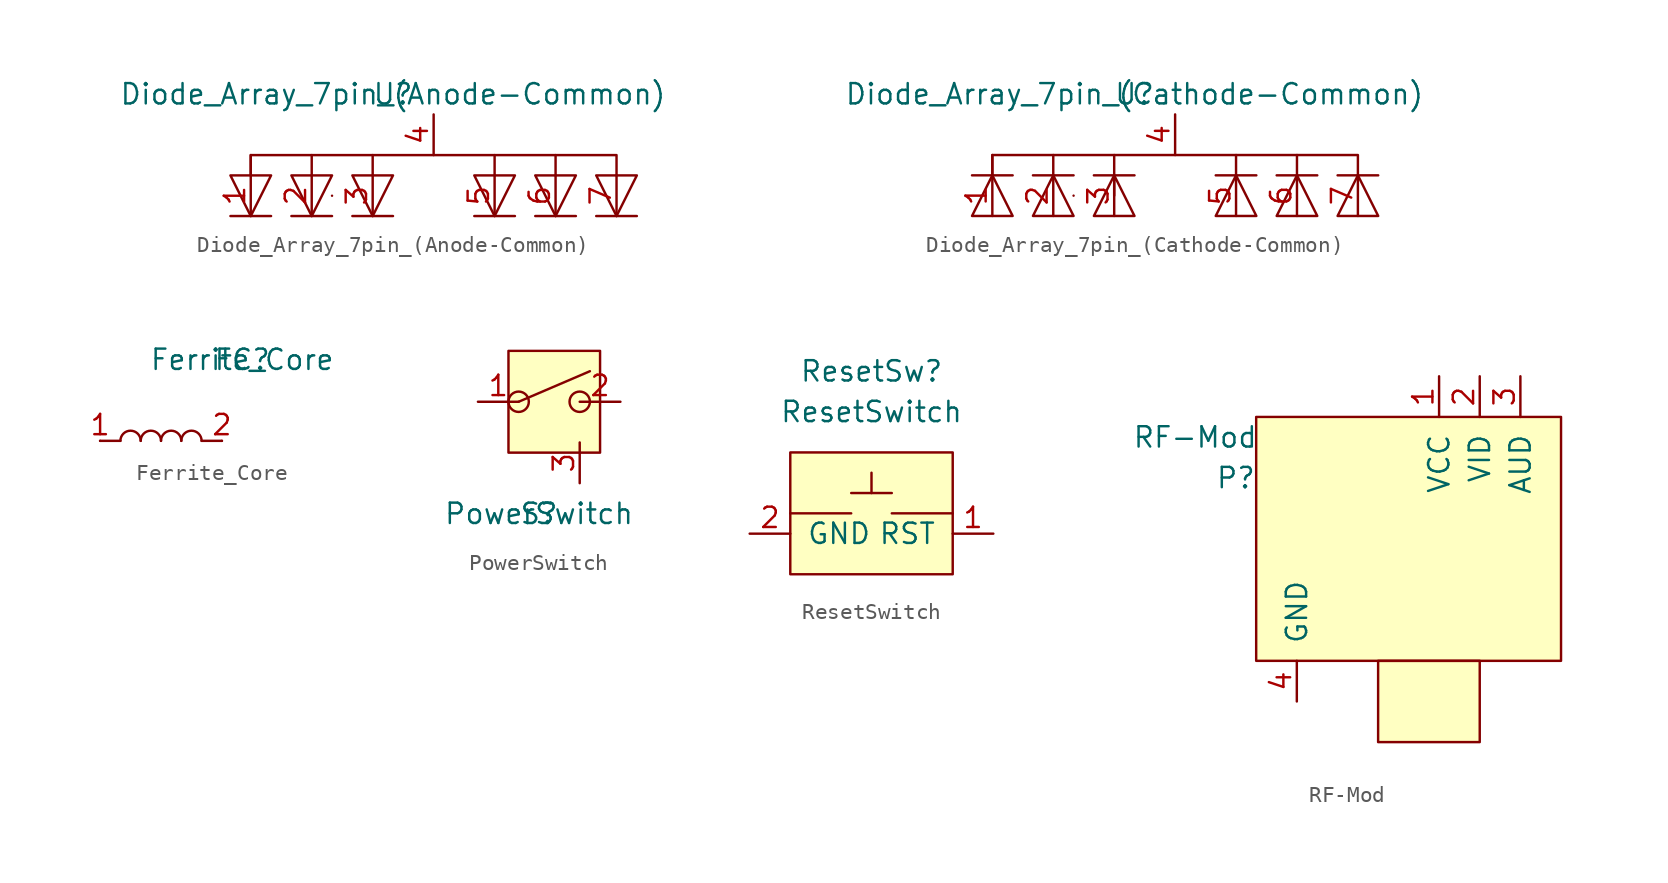
<source format=kicad_sym>
(kicad_symbol_lib
  (version 20241209)
  (generator "kicad_symbol_editor")
  (generator_version "9.0")
  (symbol "Diode_Array_7pin_(Anode-Common)"
    (pin_names
      (offset 1.016))
    (property "Reference" "U"
      (at 0 0 0)
      (effects (font (size 1.27 1.27))))
    (property "Value" "Diode_Array_7pin_(Anode-Common)"
      (at 0 0 0)
      (effects (font (size 1.27 1.27))))
    (symbol "Diode_Array_7pin_(Anode-Common)_0_1"
      (polyline (pts (xy -8.89 -5.08) (xy -8.89 -3.81)) (stroke (width 0) (type solid)) (fill (type none)))
      (polyline (pts (xy -8.89 -5.08) (xy -8.89 -3.81) (xy 13.97 -3.81) (xy 13.97 -5.08)) (stroke (width 0) (type solid)) (fill (type none)))
      (polyline (pts (xy -8.89 -7.62) (xy -7.62 -7.62) (xy -10.16 -7.62)) (stroke (width 0) (type solid)) (fill (type none)))
      (polyline (pts (xy -8.89 -7.62) (xy -7.62 -5.08) (xy -10.16 -5.08) (xy -8.89 -7.62)) (stroke (width 0) (type solid)) (fill (type none)))
      (polyline (pts (xy -5.08 -5.08) (xy -5.08 -3.81)) (stroke (width 0) (type solid)) (fill (type none)))
      (polyline (pts (xy -5.08 -7.62) (xy -6.35 -7.62) (xy -3.81 -7.62)) (stroke (width 0) (type solid)) (fill (type none)))
      (polyline (pts (xy -5.08 -7.62) (xy -3.81 -5.08) (xy -6.35 -5.08) (xy -5.08 -7.62)) (stroke (width 0) (type solid)) (fill (type none)))
      (polyline (pts (xy -3.81 -6.35) (xy -3.81 -6.35)) (stroke (width 0) (type solid)) (fill (type none)))
      (polyline (pts (xy -1.27 -5.08) (xy -1.27 -3.81)) (stroke (width 0) (type solid)) (fill (type none)))
      (polyline (pts (xy -1.27 -5.08) (xy -2.54 -5.08) (xy -1.27 -7.62) (xy 0 -5.08) (xy -1.27 -5.08)) (stroke (width 0) (type solid)) (fill (type none)))
      (polyline (pts (xy -1.27 -7.62) (xy -2.54 -7.62) (xy 0 -7.62)) (stroke (width 0) (type solid)) (fill (type none)))
      (polyline (pts (xy 6.35 -5.08) (xy 6.35 -3.81)) (stroke (width 0) (type solid)) (fill (type none)))
      (polyline (pts (xy 6.35 -5.08) (xy 5.08 -5.08) (xy 6.35 -7.62) (xy 7.62 -5.08) (xy 6.35 -5.08)) (stroke (width 0) (type solid)) (fill (type none)))
      (polyline (pts (xy 6.35 -7.62) (xy 5.08 -7.62) (xy 7.62 -7.62)) (stroke (width 0) (type solid)) (fill (type none)))
      (polyline (pts (xy 10.16 -5.08) (xy 10.16 -3.81)) (stroke (width 0) (type solid)) (fill (type none)))
      (polyline (pts (xy 10.16 -5.08) (xy 8.89 -5.08) (xy 10.16 -7.62) (xy 11.43 -5.08) (xy 10.16 -5.08)) (stroke (width 0) (type solid)) (fill (type none)))
      (polyline (pts (xy 10.16 -7.62) (xy 8.89 -7.62) (xy 11.43 -7.62)) (stroke (width 0) (type solid)) (fill (type none)))
      (polyline (pts (xy 13.97 -5.08) (xy 12.7 -5.08) (xy 13.97 -7.62) (xy 15.24 -5.08) (xy 13.97 -5.08)) (stroke (width 0) (type solid)) (fill (type none)))
      (polyline (pts (xy 13.97 -7.62) (xy 12.7 -7.62) (xy 15.24 -7.62)) (stroke (width 0) (type solid)) (fill (type none))))
    (symbol "Diode_Array_7pin_(Anode-Common)_1_1"
      (pin output line (at -8.89 -5.08 270) (length 2.54) (name "~" (effects (font (size 1.27 1.27)))) (number "1" (effects (font (size 1.27 1.27)))))
      (pin output line (at -5.08 -5.08 270) (length 2.54) (name "~" (effects (font (size 1.27 1.27)))) (number "2" (effects (font (size 1.27 1.27)))))
      (pin output line (at -1.27 -5.08 270) (length 2.54) (name "~" (effects (font (size 1.27 1.27)))) (number "3" (effects (font (size 1.27 1.27)))))
      (pin input line (at 2.54 -3.81 90) (length 2.54) (name "~" (effects (font (size 1.27 1.27)))) (number "4" (effects (font (size 1.27 1.27)))))
      (pin output line (at 6.35 -5.08 270) (length 2.54) (name "~" (effects (font (size 1.27 1.27)))) (number "5" (effects (font (size 1.27 1.27)))))
      (pin output line (at 10.16 -5.08 270) (length 2.54) (name "~" (effects (font (size 1.27 1.27)))) (number "6" (effects (font (size 1.27 1.27)))))
      (pin output line (at 13.97 -5.08 270) (length 2.54) (name "~" (effects (font (size 1.27 1.27)))) (number "7" (effects (font (size 1.27 1.27)))))))
  (symbol "Diode_Array_7pin_(Cathode-Common)"
    (pin_names
      (offset 1.016))
    (property "Reference" "U"
      (at 0 0 0)
      (effects (font (size 1.27 1.27))))
    (property "Value" "Diode_Array_7pin_(Cathode-Common)"
      (at 0 0 0)
      (effects (font (size 1.27 1.27))))
    (symbol "Diode_Array_7pin_(Cathode-Common)_0_1"
      (polyline (pts (xy -8.89 -5.08) (xy -8.89 -3.81)) (stroke (width 0) (type solid)) (fill (type none)))
      (polyline (pts (xy -8.89 -5.08) (xy -10.16 -5.08) (xy -7.62 -5.08)) (stroke (width 0) (type solid)) (fill (type none)))
      (polyline (pts (xy -8.89 -5.08) (xy -8.89 -3.81) (xy 13.97 -3.81) (xy 13.97 -5.08)) (stroke (width 0) (type solid)) (fill (type none)))
      (polyline (pts (xy -8.89 -5.08) (xy -7.62 -7.62) (xy -10.16 -7.62) (xy -8.89 -5.08)) (stroke (width 0) (type solid)) (fill (type none)))
      (polyline (pts (xy -5.08 -5.08) (xy -5.08 -3.81)) (stroke (width 0) (type solid)) (fill (type none)))
      (polyline (pts (xy -5.08 -5.08) (xy -6.35 -5.08) (xy -3.81 -5.08)) (stroke (width 0) (type solid)) (fill (type none)))
      (polyline (pts (xy -5.08 -5.08) (xy -6.35 -7.62) (xy -3.81 -7.62) (xy -5.08 -5.08)) (stroke (width 0) (type solid)) (fill (type none)))
      (polyline (pts (xy -3.81 -6.35) (xy -3.81 -6.35)) (stroke (width 0) (type solid)) (fill (type none)))
      (polyline (pts (xy -1.27 -5.08) (xy -1.27 -3.81)) (stroke (width 0) (type solid)) (fill (type none)))
      (polyline (pts (xy -1.27 -5.08) (xy -2.54 -5.08) (xy 0 -5.08)) (stroke (width 0) (type solid)) (fill (type none)))
      (polyline (pts (xy -1.27 -5.08) (xy 0 -7.62) (xy -2.54 -7.62) (xy -1.27 -5.08) (xy -1.27 -6.35)) (stroke (width 0) (type solid)) (fill (type none)))
      (polyline (pts (xy 6.35 -5.08) (xy 6.35 -3.81)) (stroke (width 0) (type solid)) (fill (type none)))
      (polyline (pts (xy 6.35 -5.08) (xy 5.08 -5.08) (xy 7.62 -5.08)) (stroke (width 0) (type solid)) (fill (type none)))
      (polyline (pts (xy 6.35 -5.08) (xy 7.62 -7.62) (xy 5.08 -7.62) (xy 6.35 -5.08)) (stroke (width 0) (type solid)) (fill (type none)))
      (polyline (pts (xy 10.16 -5.08) (xy 10.16 -3.81)) (stroke (width 0) (type solid)) (fill (type none)))
      (polyline (pts (xy 10.16 -5.08) (xy 8.89 -5.08) (xy 11.43 -5.08)) (stroke (width 0) (type solid)) (fill (type none)))
      (polyline (pts (xy 10.16 -5.08) (xy 11.43 -7.62) (xy 8.89 -7.62) (xy 10.16 -5.08)) (stroke (width 0) (type solid)) (fill (type none)))
      (polyline (pts (xy 13.97 -5.08) (xy 12.7 -5.08) (xy 15.24 -5.08)) (stroke (width 0) (type solid)) (fill (type none)))
      (polyline (pts (xy 13.97 -5.08) (xy 12.7 -7.62) (xy 15.24 -7.62) (xy 13.97 -5.08)) (stroke (width 0) (type solid)) (fill (type none))))
    (symbol "Diode_Array_7pin_(Cathode-Common)_1_1"
      (pin output line (at -8.89 -5.08 270) (length 2.54) (name "~" (effects (font (size 1.27 1.27)))) (number "1" (effects (font (size 1.27 1.27)))))
      (pin output line (at -5.08 -5.08 270) (length 2.54) (name "~" (effects (font (size 1.27 1.27)))) (number "2" (effects (font (size 1.27 1.27)))))
      (pin output line (at -1.27 -5.08 270) (length 2.54) (name "~" (effects (font (size 1.27 1.27)))) (number "3" (effects (font (size 1.27 1.27)))))
      (pin input line (at 2.54 -3.81 90) (length 2.54) (name "~" (effects (font (size 1.27 1.27)))) (number "4" (effects (font (size 1.27 1.27)))))
      (pin output line (at 6.35 -5.08 270) (length 2.54) (name "~" (effects (font (size 1.27 1.27)))) (number "5" (effects (font (size 1.27 1.27)))))
      (pin output line (at 10.16 -5.08 270) (length 2.54) (name "~" (effects (font (size 1.27 1.27)))) (number "6" (effects (font (size 1.27 1.27)))))
      (pin output line (at 13.97 -5.08 270) (length 2.54) (name "~" (effects (font (size 1.27 1.27)))) (number "7" (effects (font (size 1.27 1.27)))))))
  (symbol "Ferrite_Core"
    (pin_names
      (offset 1.016))
    (property "Reference" "FC"
      (at 0 0 0)
      (effects (font (size 1.27 1.27))))
    (property "Value" "Ferrite_Core"
      (at 0 0 0)
      (effects (font (size 1.27 1.27))))
    (symbol "Ferrite_Core_0_1"
      (polyline (pts (xy -7.62 -5.08) (xy -8.89 -5.08)) (stroke (width 0) (type solid)) (fill (type none)))
      (arc (start -7.62 -5.08) (mid -6.985 -4.445) (end -6.35 -5.08) (stroke (width 0) (type solid)) (fill (type none)))
      (arc (start -6.35 -5.08) (mid -5.715 -4.445) (end -5.08 -5.08) (stroke (width 0) (type solid)) (fill (type none)))
      (arc (start -5.08 -5.08) (mid -4.445 -4.445) (end -3.81 -5.08) (stroke (width 0) (type solid)) (fill (type none)))
      (arc (start -3.81 -5.08) (mid -3.175 -4.445) (end -2.54 -5.08) (stroke (width 0) (type solid)) (fill (type none)))
      (polyline (pts (xy -2.54 -5.08) (xy -1.27 -5.08)) (stroke (width 0) (type solid)) (fill (type none))))
    (symbol "Ferrite_Core_1_1"
      (pin input line (at -8.89 -5.08 0) (length 0) (name "~" (effects (font (size 1.27 1.27)))) (number "1" (effects (font (size 1.27 1.27)))))
      (pin output line (at -1.27 -5.08 0) (length 0) (name "~" (effects (font (size 1.27 1.27)))) (number "2" (effects (font (size 1.27 1.27)))))))
  (symbol "PowerSwitch"
    (pin_names
      (offset 1.016))
    (property "Reference" "S"
      (at -40.64 -12.065 0)
      (effects (font (size 1.27 1.27))))
    (property "Value" "PowerSwitch"
      (at -40.64 -12.065 0)
      (effects (font (size 1.27 1.27))))
    (symbol "PowerSwitch_0_1"
      (rectangle (start -42.545 -1.905) (end -36.83 -8.255) (stroke (width 0) (type solid)) (fill (type background)))
      (circle (center -41.91 -5.08) (radius 0.635) (stroke (width 0) (type solid)) (fill (type none)))
      (polyline (pts (xy -41.91 -5.08) (xy -37.465 -3.175)) (stroke (width 0) (type solid)) (fill (type background)))
      (circle (center -38.1 -5.08) (radius 0.635) (stroke (width 0) (type solid)) (fill (type none))))
    (symbol "PowerSwitch_1_1"
      (pin input line (at -44.45 -5.08 0) (length 2.54) (name "~" (effects (font (size 1.27 1.27)))) (number "1" (effects (font (size 1.27 1.27)))))
      (pin input line (at -38.1 -10.16 90) (length 2.54) (name "~" (effects (font (size 1.27 1.27)))) (number "3" (effects (font (size 1.27 1.27)))))
      (pin input line (at -35.56 -5.08 180) (length 2.54) (name "~" (effects (font (size 1.27 1.27)))) (number "2" (effects (font (size 1.27 1.27)))))))
  (symbol "ResetSwitch"
    (pin_names
      (offset 1.016))
    (property "Reference" "ResetSw"
      (at 0 2.54 0)
      (effects (font (size 1.27 1.27))))
    (property "Value" "ResetSwitch"
      (at 0 0 0)
      (effects (font (size 1.27 1.27))))
    (symbol "ResetSwitch_0_1"
      (rectangle (start -5.08 -2.54) (end 5.08 -10.16) (stroke (width 0) (type solid)) (fill (type background)))
      (polyline (pts (xy -5.08 -6.35) (xy -1.27 -6.35)) (stroke (width 0) (type solid)) (fill (type none)))
      (polyline (pts (xy -1.27 -5.08) (xy 1.27 -5.08)) (stroke (width 0) (type solid)) (fill (type none)))
      (polyline (pts (xy 0 -5.08) (xy 0 -3.81)) (stroke (width 0) (type solid)) (fill (type none)))
      (polyline (pts (xy 5.08 -6.35) (xy 1.27 -6.35)) (stroke (width 0) (type solid)) (fill (type none))))
    (symbol "ResetSwitch_1_1"
      (pin passive line (at -7.62 -7.62 0) (length 2.54) (name "GND" (effects (font (size 1.27 1.27)))) (number "2" (effects (font (size 1.27 1.27)))))
      (pin passive line (at 7.62 -7.62 180) (length 2.54) (name "RST" (effects (font (size 1.27 1.27)))) (number "1" (effects (font (size 1.27 1.27)))))))
  (symbol "RF-Mod"
    (pin_names
      (offset 1.016))
    (property "Reference" "P"
      (at -6.35 1.27 0)
      (effects (font (size 1.27 1.27))))
    (property "Value" "RF-Mod"
      (at -8.89 3.81 0)
      (effects (font (size 1.27 1.27))))
    (symbol "RF-Mod_0_1"
      (rectangle (start -5.08 5.08) (end 13.97 -10.16) (stroke (width 0) (type solid)) (fill (type background)))
      (rectangle (start 2.54 -10.16) (end 8.89 -15.24) (stroke (width 0) (type solid)) (fill (type background))))
    (symbol "RF-Mod_1_1"
      (pin passive line (at -2.54 -12.7 90) (length 2.54) (name "GND" (effects (font (size 1.27 1.27)))) (number "4" (effects (font (size 1.27 1.27)))))
      (pin power_in line (at 6.35 7.62 270) (length 2.54) (name "VCC" (effects (font (size 1.27 1.27)))) (number "1" (effects (font (size 1.27 1.27)))))
      (pin output line (at 8.89 7.62 270) (length 2.54) (name "VID" (effects (font (size 1.27 1.27)))) (number "2" (effects (font (size 1.27 1.27)))))
      (pin output line (at 11.43 7.62 270) (length 2.54) (name "AUD" (effects (font (size 1.27 1.27)))) (number "3" (effects (font (size 1.27 1.27))))))))
</source>
